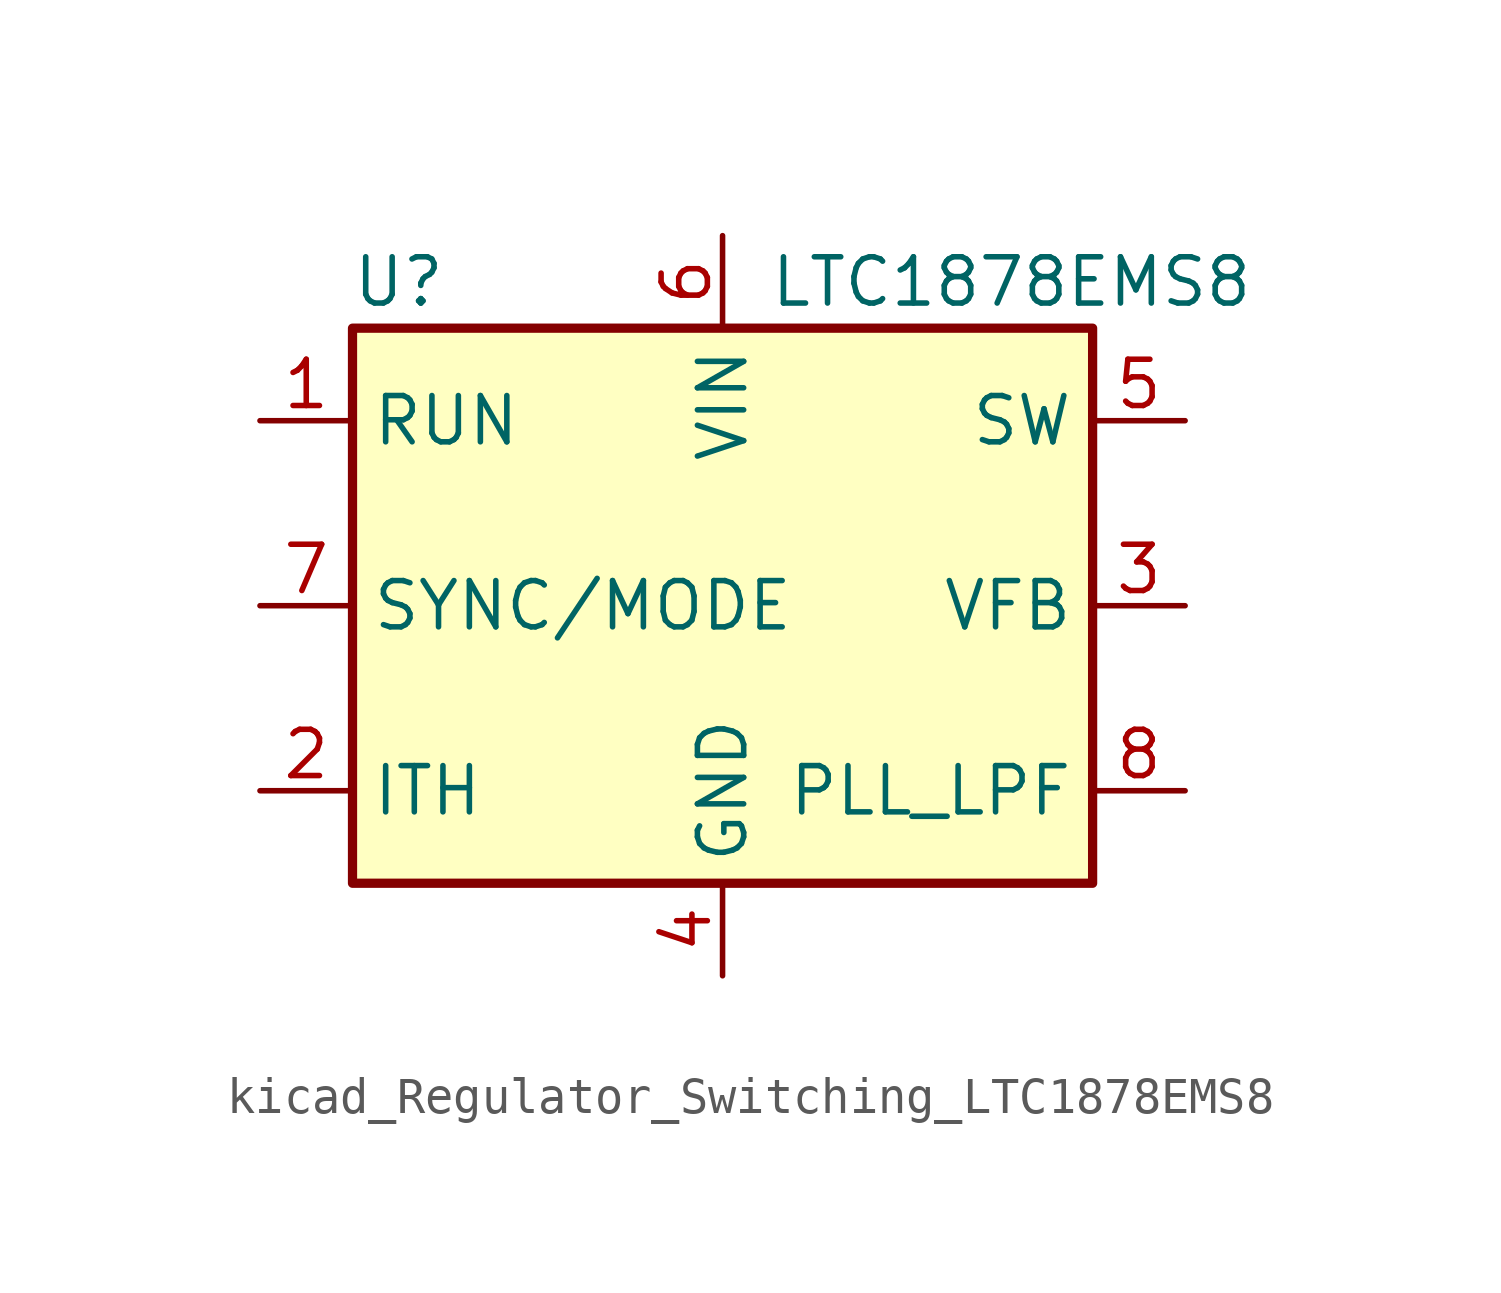
<source format=kicad_sym>
(kicad_symbol_lib
  (version 20220914)
  (generator kicad_symbol_editor)
  (symbol "kicad_Regulator_Switching_LTC1878EMS8"
    (property "Reference" "U"
      (at -8.89 8.89 0)
      (effects (font (size 1.27 1.27))))
    (property "Value" "LTC1878EMS8"
      (at 1.27 8.89 0)
      (effects (font (size 1.27 1.27)) (justify left)))
    (symbol "kicad_Regulator_Switching_LTC1878EMS8_0_1"
      (rectangle (start -10.16 7.62) (end 10.16 -7.62) (stroke (width 0.254) (type default)) (fill (type background))))
    (symbol "kicad_Regulator_Switching_LTC1878EMS8_1_1"
      (pin input line (at -12.7 5.08 0) (length 2.54) (name "RUN" (effects (font (size 1.27 1.27)))) (number "1" (effects (font (size 1.27 1.27)))))
      (pin input line (at -12.7 -5.08 0) (length 2.54) (name "ITH" (effects (font (size 1.27 1.27)))) (number "2" (effects (font (size 1.27 1.27)))))
      (pin input line (at 12.7 0 180) (length 2.54) (name "VFB" (effects (font (size 1.27 1.27)))) (number "3" (effects (font (size 1.27 1.27)))))
      (pin power_in line (at 0 -10.16 90) (length 2.54) (name "GND" (effects (font (size 1.27 1.27)))) (number "4" (effects (font (size 1.27 1.27)))))
      (pin output line (at 12.7 5.08 180) (length 2.54) (name "SW" (effects (font (size 1.27 1.27)))) (number "5" (effects (font (size 1.27 1.27)))))
      (pin power_in line (at 0 10.16 270) (length 2.54) (name "VIN" (effects (font (size 1.27 1.27)))) (number "6" (effects (font (size 1.27 1.27)))))
      (pin input line (at -12.7 0 0) (length 2.54) (name "SYNC/MODE" (effects (font (size 1.27 1.27)))) (number "7" (effects (font (size 1.27 1.27)))))
      (pin bidirectional line (at 12.7 -5.08 180) (length 2.54) (name "PLL_LPF" (effects (font (size 1.27 1.27)))) (number "8" (effects (font (size 1.27 1.27))))))))
</source>
